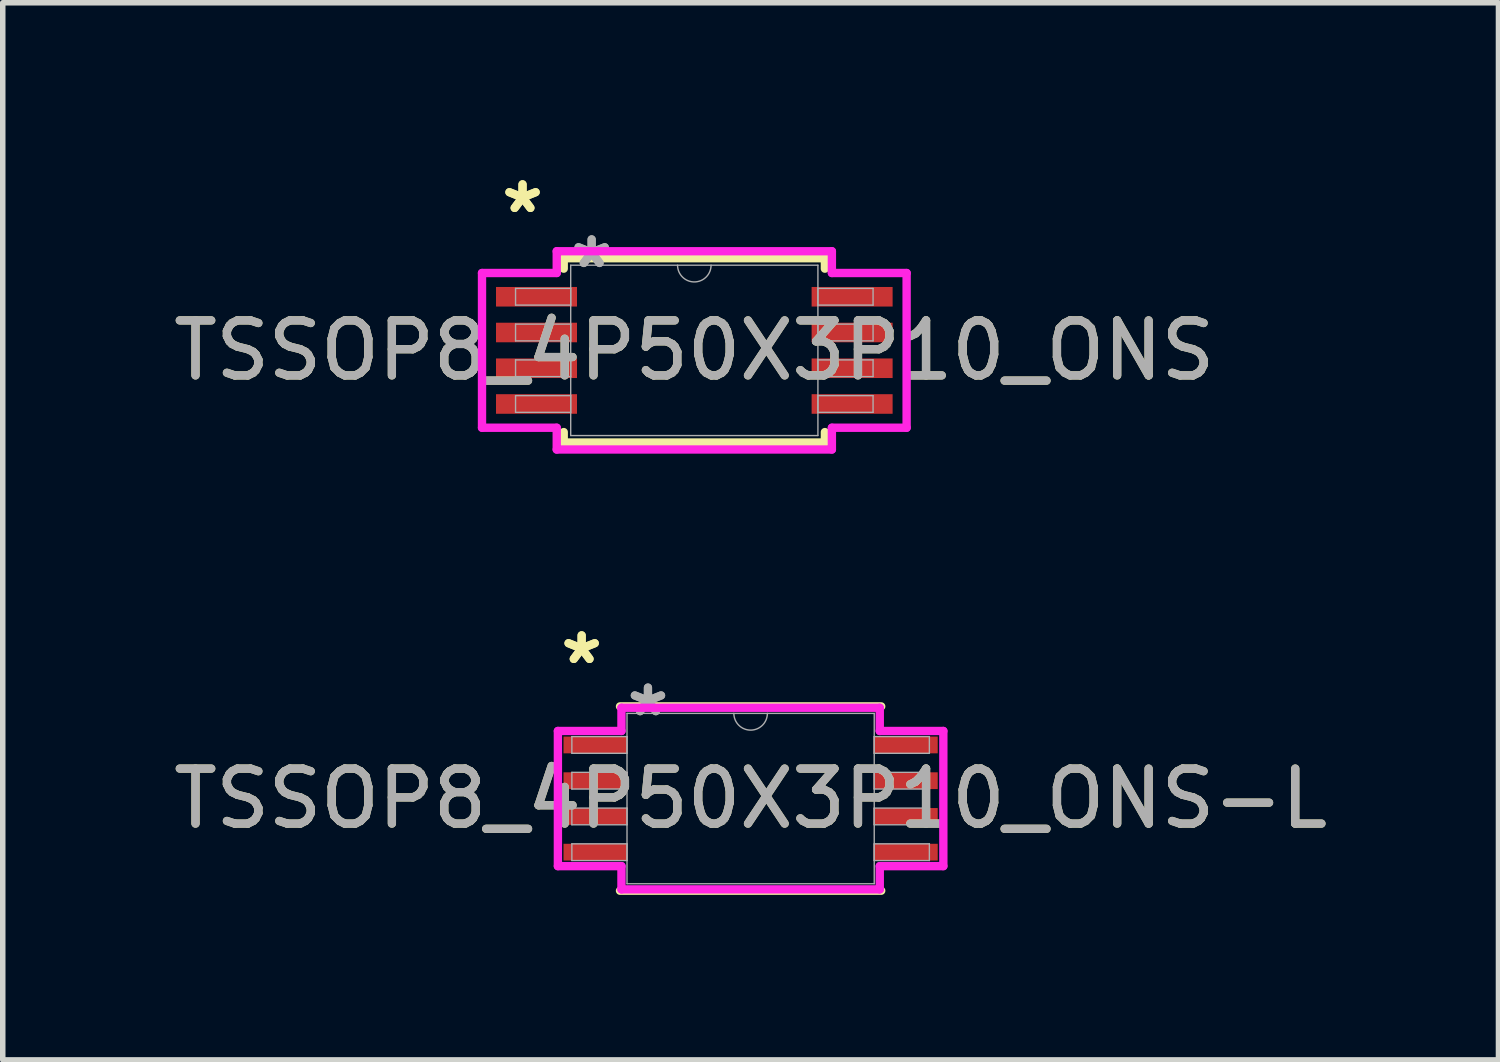
<source format=kicad_pcb>
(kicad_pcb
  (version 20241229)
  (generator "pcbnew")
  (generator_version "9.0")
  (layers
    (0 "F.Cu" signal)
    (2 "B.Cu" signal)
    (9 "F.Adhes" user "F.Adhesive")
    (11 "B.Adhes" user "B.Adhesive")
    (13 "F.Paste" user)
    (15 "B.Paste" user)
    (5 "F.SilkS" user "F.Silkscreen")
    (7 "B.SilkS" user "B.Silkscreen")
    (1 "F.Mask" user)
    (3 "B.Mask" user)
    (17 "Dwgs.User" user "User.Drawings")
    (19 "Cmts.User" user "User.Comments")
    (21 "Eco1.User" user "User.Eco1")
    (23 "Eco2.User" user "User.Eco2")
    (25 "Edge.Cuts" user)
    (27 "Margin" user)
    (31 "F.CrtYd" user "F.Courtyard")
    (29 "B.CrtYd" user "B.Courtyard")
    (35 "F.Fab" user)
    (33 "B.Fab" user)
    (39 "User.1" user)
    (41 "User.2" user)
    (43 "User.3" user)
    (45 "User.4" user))
  (footprint "TSSOP8_4P50X3P10_ONS"
    (layer "F.Cu")
    (at 9.577 3.322)
    (property "Reference" "TSSOP8_4P50X3P10_ONS" (at 0 0 0) (unlocked yes) (layer "F.SilkS") (effects (font (size 1 1) (thickness 0.15))))
    (attr smd)
    (fp_line (start -2.375 -1.676) (end -2.375 -1.486) (stroke (width 0.152) (type solid)) (layer "F.SilkS"))
    (fp_line (start -2.375 1.486) (end -2.375 1.676) (stroke (width 0.152) (type solid)) (layer "F.SilkS"))
    (fp_line (start -2.375 1.676) (end 2.375 1.676) (stroke (width 0.152) (type solid)) (layer "F.SilkS"))
    (fp_line (start 2.375 -1.676) (end -2.375 -1.676) (stroke (width 0.152) (type solid)) (layer "F.SilkS"))
    (fp_line (start 2.375 -1.486) (end 2.375 -1.676) (stroke (width 0.152) (type solid)) (layer "F.SilkS"))
    (fp_line (start 2.375 1.676) (end 2.375 1.486) (stroke (width 0.152) (type solid)) (layer "F.SilkS"))
    (fp_line (start -3.861 -1.407) (end -2.502 -1.407) (stroke (width 0.152) (type solid)) (layer "F.CrtYd"))
    (fp_line (start -3.861 1.407) (end -3.861 -1.407) (stroke (width 0.152) (type solid)) (layer "F.CrtYd"))
    (fp_line (start -3.861 1.407) (end -2.502 1.407) (stroke (width 0.152) (type solid)) (layer "F.CrtYd"))
    (fp_line (start -2.502 -1.803) (end 2.502 -1.803) (stroke (width 0.152) (type solid)) (layer "F.CrtYd"))
    (fp_line (start -2.502 -1.407) (end -2.502 -1.803) (stroke (width 0.152) (type solid)) (layer "F.CrtYd"))
    (fp_line (start -2.502 1.803) (end -2.502 1.407) (stroke (width 0.152) (type solid)) (layer "F.CrtYd"))
    (fp_line (start 2.502 -1.803) (end 2.502 -1.407) (stroke (width 0.152) (type solid)) (layer "F.CrtYd"))
    (fp_line (start 2.502 1.407) (end 2.502 1.803) (stroke (width 0.152) (type solid)) (layer "F.CrtYd"))
    (fp_line (start 2.502 1.803) (end -2.502 1.803) (stroke (width 0.152) (type solid)) (layer "F.CrtYd"))
    (fp_line (start 3.861 -1.407) (end 2.502 -1.407) (stroke (width 0.152) (type solid)) (layer "F.CrtYd"))
    (fp_line (start 3.861 -1.407) (end 3.861 1.407) (stroke (width 0.152) (type solid)) (layer "F.CrtYd"))
    (fp_line (start 3.861 1.407) (end 2.502 1.407) (stroke (width 0.152) (type solid)) (layer "F.CrtYd"))
    (fp_line (start -3.251 -1.127) (end -3.251 -0.823) (stroke (width 0.025) (type solid)) (layer "F.Fab"))
    (fp_line (start -3.251 -0.823) (end -2.248 -0.823) (stroke (width 0.025) (type solid)) (layer "F.Fab"))
    (fp_line (start -3.251 -0.477) (end -3.251 -0.173) (stroke (width 0.025) (type solid)) (layer "F.Fab"))
    (fp_line (start -3.251 -0.173) (end -2.248 -0.173) (stroke (width 0.025) (type solid)) (layer "F.Fab"))
    (fp_line (start -3.251 0.173) (end -3.251 0.477) (stroke (width 0.025) (type solid)) (layer "F.Fab"))
    (fp_line (start -3.251 0.477) (end -2.248 0.477) (stroke (width 0.025) (type solid)) (layer "F.Fab"))
    (fp_line (start -3.251 0.823) (end -3.251 1.127) (stroke (width 0.025) (type solid)) (layer "F.Fab"))
    (fp_line (start -3.251 1.127) (end -2.248 1.127) (stroke (width 0.025) (type solid)) (layer "F.Fab"))
    (fp_line (start -2.248 -1.549) (end -2.248 1.549) (stroke (width 0.025) (type solid)) (layer "F.Fab"))
    (fp_line (start -2.248 -1.127) (end -3.251 -1.127) (stroke (width 0.025) (type solid)) (layer "F.Fab"))
    (fp_line (start -2.248 -0.823) (end -2.248 -1.127) (stroke (width 0.025) (type solid)) (layer "F.Fab"))
    (fp_line (start -2.248 -0.477) (end -3.251 -0.477) (stroke (width 0.025) (type solid)) (layer "F.Fab"))
    (fp_line (start -2.248 -0.173) (end -2.248 -0.477) (stroke (width 0.025) (type solid)) (layer "F.Fab"))
    (fp_line (start -2.248 0.173) (end -3.251 0.173) (stroke (width 0.025) (type solid)) (layer "F.Fab"))
    (fp_line (start -2.248 0.477) (end -2.248 0.173) (stroke (width 0.025) (type solid)) (layer "F.Fab"))
    (fp_line (start -2.248 0.823) (end -3.251 0.823) (stroke (width 0.025) (type solid)) (layer "F.Fab"))
    (fp_line (start -2.248 1.127) (end -2.248 0.823) (stroke (width 0.025) (type solid)) (layer "F.Fab"))
    (fp_line (start -2.248 1.549) (end 2.248 1.549) (stroke (width 0.025) (type solid)) (layer "F.Fab"))
    (fp_line (start 2.248 -1.549) (end -2.248 -1.549) (stroke (width 0.025) (type solid)) (layer "F.Fab"))
    (fp_line (start 2.248 -1.127) (end 2.248 -0.823) (stroke (width 0.025) (type solid)) (layer "F.Fab"))
    (fp_line (start 2.248 -0.823) (end 3.251 -0.823) (stroke (width 0.025) (type solid)) (layer "F.Fab"))
    (fp_line (start 2.248 -0.477) (end 2.248 -0.173) (stroke (width 0.025) (type solid)) (layer "F.Fab"))
    (fp_line (start 2.248 -0.173) (end 3.251 -0.173) (stroke (width 0.025) (type solid)) (layer "F.Fab"))
    (fp_line (start 2.248 0.173) (end 2.248 0.477) (stroke (width 0.025) (type solid)) (layer "F.Fab"))
    (fp_line (start 2.248 0.477) (end 3.251 0.477) (stroke (width 0.025) (type solid)) (layer "F.Fab"))
    (fp_line (start 2.248 0.823) (end 2.248 1.127) (stroke (width 0.025) (type solid)) (layer "F.Fab"))
    (fp_line (start 2.248 1.127) (end 3.251 1.127) (stroke (width 0.025) (type solid)) (layer "F.Fab"))
    (fp_line (start 2.248 1.549) (end 2.248 -1.549) (stroke (width 0.025) (type solid)) (layer "F.Fab"))
    (fp_line (start 3.251 -1.127) (end 2.248 -1.127) (stroke (width 0.025) (type solid)) (layer "F.Fab"))
    (fp_line (start 3.251 -0.823) (end 3.251 -1.127) (stroke (width 0.025) (type solid)) (layer "F.Fab"))
    (fp_line (start 3.251 -0.477) (end 2.248 -0.477) (stroke (width 0.025) (type solid)) (layer "F.Fab"))
    (fp_line (start 3.251 -0.173) (end 3.251 -0.477) (stroke (width 0.025) (type solid)) (layer "F.Fab"))
    (fp_line (start 3.251 0.173) (end 2.248 0.173) (stroke (width 0.025) (type solid)) (layer "F.Fab"))
    (fp_line (start 3.251 0.477) (end 3.251 0.173) (stroke (width 0.025) (type solid)) (layer "F.Fab"))
    (fp_line (start 3.251 0.823) (end 2.248 0.823) (stroke (width 0.025) (type solid)) (layer "F.Fab"))
    (fp_line (start 3.251 1.127) (end 3.251 0.823) (stroke (width 0.025) (type solid)) (layer "F.Fab"))
    (fp_arc (start 0.3048 -1.5494) (mid 0 -1.2446) (end -0.3048 -1.5494) (stroke (width 0.0254) (type solid)) (layer "F.Fab"))
    (fp_text user "*" (at -3.124 -2.474 0) (unlocked yes) (layer "F.SilkS") (effects (font (size 1 1) (thickness 0.15))))
    (fp_text user "*" (at -3.124 -2.474 0) (layer "F.SilkS") (effects (font (size 1 1) (thickness 0.15))))
    (fp_text user "${REFERENCE}" (at 0 0 0) (unlocked yes) (layer "F.Fab") (effects (font (size 1 1) (thickness 0.15))))
    (fp_text user "*" (at -1.867 -1.473 0) (layer "F.Fab") (effects (font (size 1 1) (thickness 0.15))))
    (fp_text user "*" (at -1.867 -1.473 0) (unlocked yes) (layer "F.Fab") (effects (font (size 1 1) (thickness 0.15))))
    (pad "1" smd rect (at -2.87 -0.975) (size 1.473 0.356) (layers "F.Cu" "F.Mask" "F.Paste"))
    (pad "2" smd rect (at -2.87 -0.325) (size 1.473 0.356) (layers "F.Cu" "F.Mask" "F.Paste"))
    (pad "3" smd rect (at -2.87 0.325) (size 1.473 0.356) (layers "F.Cu" "F.Mask" "F.Paste"))
    (pad "4" smd rect (at -2.87 0.975) (size 1.473 0.356) (layers "F.Cu" "F.Mask" "F.Paste"))
    (pad "5" smd rect (at 2.87 0.975) (size 1.473 0.356) (layers "F.Cu" "F.Mask" "F.Paste"))
    (pad "6" smd rect (at 2.87 0.325) (size 1.473 0.356) (layers "F.Cu" "F.Mask" "F.Paste"))
    (pad "7" smd rect (at 2.87 -0.325) (size 1.473 0.356) (layers "F.Cu" "F.Mask" "F.Paste"))
    (pad "8" smd rect (at 2.87 -0.975) (size 1.473 0.356) (layers "F.Cu" "F.Mask" "F.Paste")))
  (footprint "TSSOP8_4P50X3P10_ONS-L"
    (layer "F.Cu")
    (at 10.601 11.473)
    (property "Reference" "TSSOP8_4P50X3P10_ONS-L" (at 0 0 0) (unlocked yes) (layer "F.SilkS") (effects (font (size 1 1) (thickness 0.15))))
    (attr smd)
    (fp_line (start -2.375 1.676) (end 2.375 1.676) (stroke (width 0.152) (type solid)) (layer "F.SilkS"))
    (fp_line (start 2.375 -1.676) (end -2.375 -1.676) (stroke (width 0.152) (type solid)) (layer "F.SilkS"))
    (fp_line (start -3.505 -1.229) (end -2.349 -1.229) (stroke (width 0.152) (type solid)) (layer "F.CrtYd"))
    (fp_line (start -3.505 1.229) (end -3.505 -1.229) (stroke (width 0.152) (type solid)) (layer "F.CrtYd"))
    (fp_line (start -3.505 1.229) (end -2.349 1.229) (stroke (width 0.152) (type solid)) (layer "F.CrtYd"))
    (fp_line (start -2.349 -1.651) (end 2.349 -1.651) (stroke (width 0.152) (type solid)) (layer "F.CrtYd"))
    (fp_line (start -2.349 -1.229) (end -2.349 -1.651) (stroke (width 0.152) (type solid)) (layer "F.CrtYd"))
    (fp_line (start -2.349 1.651) (end -2.349 1.229) (stroke (width 0.152) (type solid)) (layer "F.CrtYd"))
    (fp_line (start 2.349 -1.651) (end 2.349 -1.229) (stroke (width 0.152) (type solid)) (layer "F.CrtYd"))
    (fp_line (start 2.349 1.229) (end 2.349 1.651) (stroke (width 0.152) (type solid)) (layer "F.CrtYd"))
    (fp_line (start 2.349 1.651) (end -2.349 1.651) (stroke (width 0.152) (type solid)) (layer "F.CrtYd"))
    (fp_line (start 3.505 -1.229) (end 2.349 -1.229) (stroke (width 0.152) (type solid)) (layer "F.CrtYd"))
    (fp_line (start 3.505 -1.229) (end 3.505 1.229) (stroke (width 0.152) (type solid)) (layer "F.CrtYd"))
    (fp_line (start 3.505 1.229) (end 2.349 1.229) (stroke (width 0.152) (type solid)) (layer "F.CrtYd"))
    (fp_line (start -3.251 -1.127) (end -3.251 -0.823) (stroke (width 0.025) (type solid)) (layer "F.Fab"))
    (fp_line (start -3.251 -0.823) (end -2.248 -0.823) (stroke (width 0.025) (type solid)) (layer "F.Fab"))
    (fp_line (start -3.251 -0.477) (end -3.251 -0.173) (stroke (width 0.025) (type solid)) (layer "F.Fab"))
    (fp_line (start -3.251 -0.173) (end -2.248 -0.173) (stroke (width 0.025) (type solid)) (layer "F.Fab"))
    (fp_line (start -3.251 0.173) (end -3.251 0.477) (stroke (width 0.025) (type solid)) (layer "F.Fab"))
    (fp_line (start -3.251 0.477) (end -2.248 0.477) (stroke (width 0.025) (type solid)) (layer "F.Fab"))
    (fp_line (start -3.251 0.823) (end -3.251 1.127) (stroke (width 0.025) (type solid)) (layer "F.Fab"))
    (fp_line (start -3.251 1.127) (end -2.248 1.127) (stroke (width 0.025) (type solid)) (layer "F.Fab"))
    (fp_line (start -2.248 -1.549) (end -2.248 1.549) (stroke (width 0.025) (type solid)) (layer "F.Fab"))
    (fp_line (start -2.248 -1.127) (end -3.251 -1.127) (stroke (width 0.025) (type solid)) (layer "F.Fab"))
    (fp_line (start -2.248 -0.823) (end -2.248 -1.127) (stroke (width 0.025) (type solid)) (layer "F.Fab"))
    (fp_line (start -2.248 -0.477) (end -3.251 -0.477) (stroke (width 0.025) (type solid)) (layer "F.Fab"))
    (fp_line (start -2.248 -0.173) (end -2.248 -0.477) (stroke (width 0.025) (type solid)) (layer "F.Fab"))
    (fp_line (start -2.248 0.173) (end -3.251 0.173) (stroke (width 0.025) (type solid)) (layer "F.Fab"))
    (fp_line (start -2.248 0.477) (end -2.248 0.173) (stroke (width 0.025) (type solid)) (layer "F.Fab"))
    (fp_line (start -2.248 0.823) (end -3.251 0.823) (stroke (width 0.025) (type solid)) (layer "F.Fab"))
    (fp_line (start -2.248 1.127) (end -2.248 0.823) (stroke (width 0.025) (type solid)) (layer "F.Fab"))
    (fp_line (start -2.248 1.549) (end 2.248 1.549) (stroke (width 0.025) (type solid)) (layer "F.Fab"))
    (fp_line (start 2.248 -1.549) (end -2.248 -1.549) (stroke (width 0.025) (type solid)) (layer "F.Fab"))
    (fp_line (start 2.248 -1.127) (end 2.248 -0.823) (stroke (width 0.025) (type solid)) (layer "F.Fab"))
    (fp_line (start 2.248 -0.823) (end 3.251 -0.823) (stroke (width 0.025) (type solid)) (layer "F.Fab"))
    (fp_line (start 2.248 -0.477) (end 2.248 -0.173) (stroke (width 0.025) (type solid)) (layer "F.Fab"))
    (fp_line (start 2.248 -0.173) (end 3.251 -0.173) (stroke (width 0.025) (type solid)) (layer "F.Fab"))
    (fp_line (start 2.248 0.173) (end 2.248 0.477) (stroke (width 0.025) (type solid)) (layer "F.Fab"))
    (fp_line (start 2.248 0.477) (end 3.251 0.477) (stroke (width 0.025) (type solid)) (layer "F.Fab"))
    (fp_line (start 2.248 0.823) (end 2.248 1.127) (stroke (width 0.025) (type solid)) (layer "F.Fab"))
    (fp_line (start 2.248 1.127) (end 3.251 1.127) (stroke (width 0.025) (type solid)) (layer "F.Fab"))
    (fp_line (start 2.248 1.549) (end 2.248 -1.549) (stroke (width 0.025) (type solid)) (layer "F.Fab"))
    (fp_line (start 3.251 -1.127) (end 2.248 -1.127) (stroke (width 0.025) (type solid)) (layer "F.Fab"))
    (fp_line (start 3.251 -0.823) (end 3.251 -1.127) (stroke (width 0.025) (type solid)) (layer "F.Fab"))
    (fp_line (start 3.251 -0.477) (end 2.248 -0.477) (stroke (width 0.025) (type solid)) (layer "F.Fab"))
    (fp_line (start 3.251 -0.173) (end 3.251 -0.477) (stroke (width 0.025) (type solid)) (layer "F.Fab"))
    (fp_line (start 3.251 0.173) (end 2.248 0.173) (stroke (width 0.025) (type solid)) (layer "F.Fab"))
    (fp_line (start 3.251 0.477) (end 3.251 0.173) (stroke (width 0.025) (type solid)) (layer "F.Fab"))
    (fp_line (start 3.251 0.823) (end 2.248 0.823) (stroke (width 0.025) (type solid)) (layer "F.Fab"))
    (fp_line (start 3.251 1.127) (end 3.251 0.823) (stroke (width 0.025) (type solid)) (layer "F.Fab"))
    (fp_arc (start 0.3048 -1.5494) (mid 0 -1.2446) (end -0.3048 -1.5494) (stroke (width 0.0254) (type solid)) (layer "F.Fab"))
    (fp_text user "*" (at -3.073 -2.423 0) (layer "F.SilkS") (effects (font (size 1 1) (thickness 0.15))))
    (fp_text user "*" (at -3.073 -2.423 0) (unlocked yes) (layer "F.SilkS") (effects (font (size 1 1) (thickness 0.15))))
    (fp_text user "${REFERENCE}" (at 0 0 0) (unlocked yes) (layer "F.Fab") (effects (font (size 1 1) (thickness 0.15))))
    (fp_text user "*" (at -1.867 -1.473 0) (layer "F.Fab") (effects (font (size 1 1) (thickness 0.15))))
    (fp_text user "*" (at -1.867 -1.473 0) (unlocked yes) (layer "F.Fab") (effects (font (size 1 1) (thickness 0.15))))
    (pad "1" smd rect (at -2.819 -0.975) (size 1.168 0.305) (layers "F.Cu" "F.Mask" "F.Paste"))
    (pad "2" smd rect (at -2.819 -0.325) (size 1.168 0.305) (layers "F.Cu" "F.Mask" "F.Paste"))
    (pad "3" smd rect (at -2.819 0.325) (size 1.168 0.305) (layers "F.Cu" "F.Mask" "F.Paste"))
    (pad "4" smd rect (at -2.819 0.975) (size 1.168 0.305) (layers "F.Cu" "F.Mask" "F.Paste"))
    (pad "5" smd rect (at 2.819 0.975) (size 1.168 0.305) (layers "F.Cu" "F.Mask" "F.Paste"))
    (pad "6" smd rect (at 2.819 0.325) (size 1.168 0.305) (layers "F.Cu" "F.Mask" "F.Paste"))
    (pad "7" smd rect (at 2.819 -0.325) (size 1.168 0.305) (layers "F.Cu" "F.Mask" "F.Paste"))
    (pad "8" smd rect (at 2.819 -0.975) (size 1.168 0.305) (layers "F.Cu" "F.Mask" "F.Paste")))
  (gr_rect
    (start -3 -3)
    (end 24.202 16.225)
    (stroke (width 0.1) (type default))
    (fill no)
    (layer "Edge.Cuts")))
</source>
